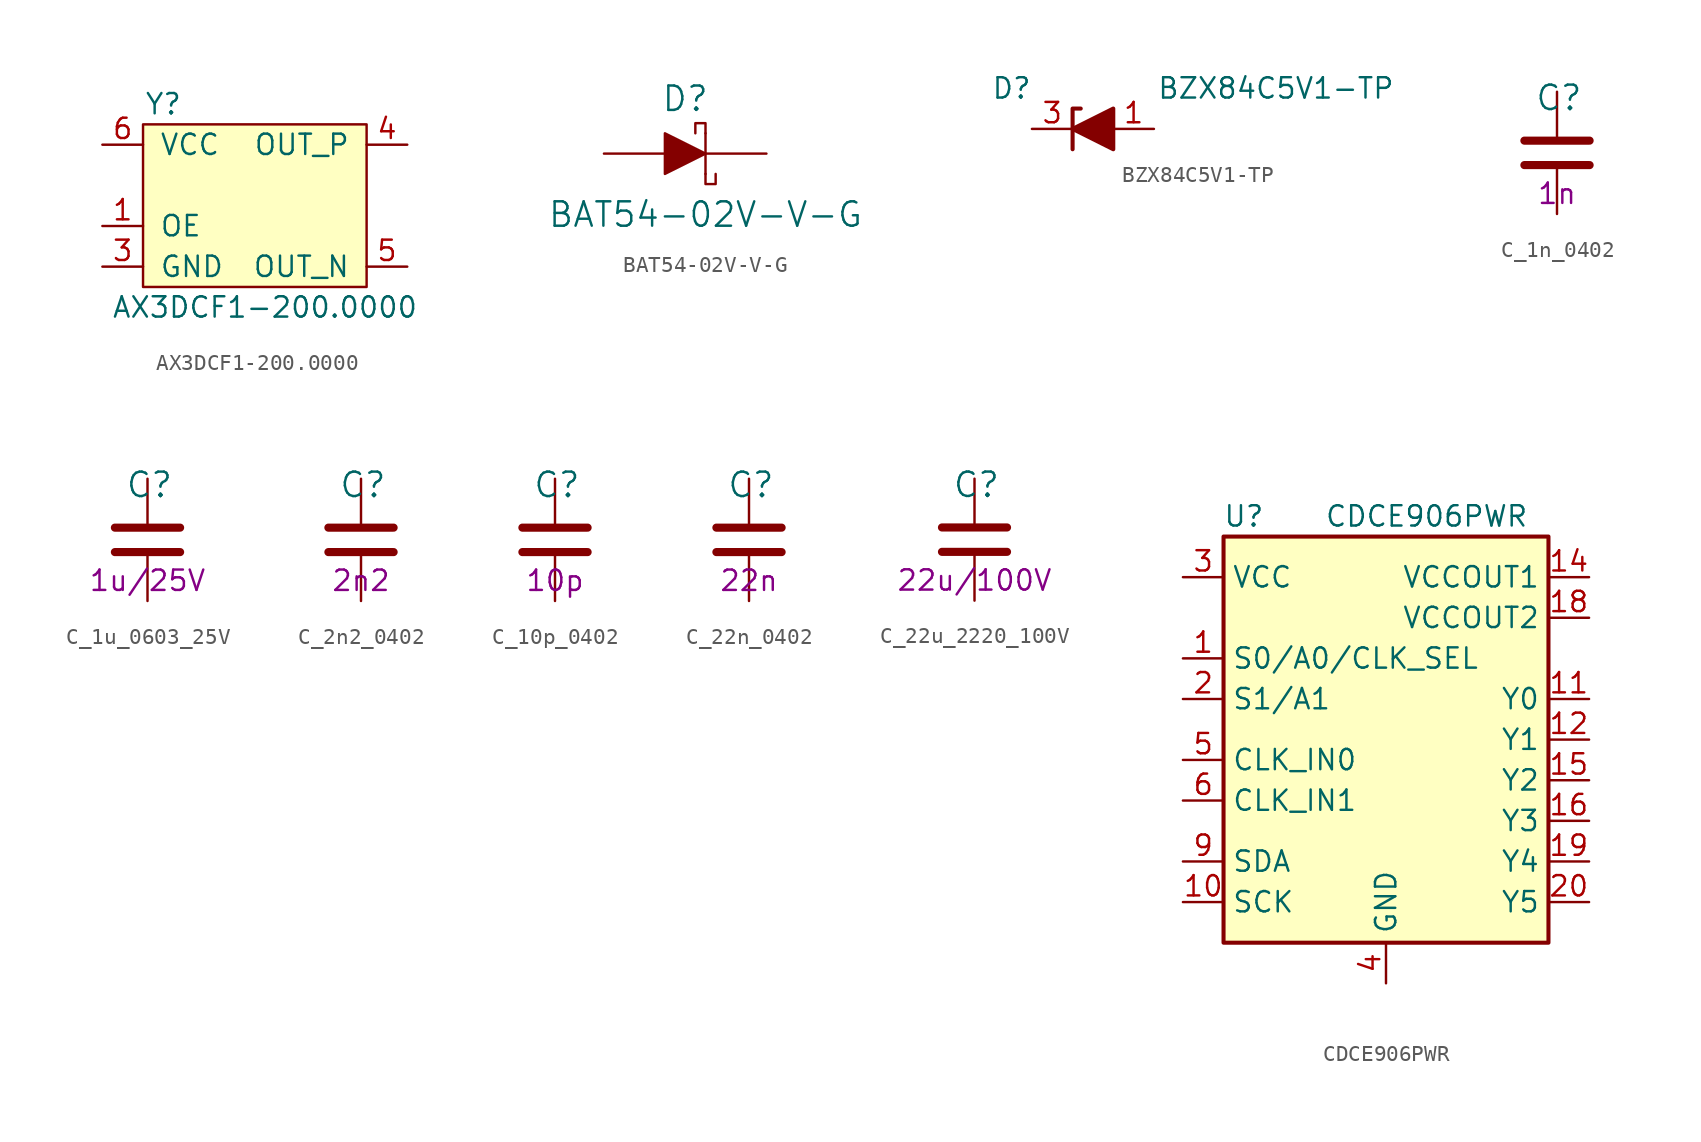
<source format=kicad_sym>
(kicad_symbol_lib
  (version 20211014)
  (generator kicad_symbol_editor)
  (symbol "AX3DCF1-200.0000"
    (pin_names
      (offset 1.016))
    (property "Reference" "Y"
      (at -5.08 6.35 0)
      (effects (font (size 1.27 1.27))))
    (property "Value" "AX3DCF1-200.0000"
      (at 1.27 -6.35 0)
      (effects (font (size 1.27 1.27))))
    (symbol "AX3DCF1-200.0000_0_1"
      (rectangle (start -6.35 5.08) (end 7.62 -5.08) (stroke (width 0) (type default) (color 0 0 0 0)) (fill (type background))))
    (symbol "AX3DCF1-200.0000_1_1"
      (pin input line (at -8.89 -1.27 0) (length 2.54) (name "OE" (effects (font (size 1.27 1.27)))) (number "1" (effects (font (size 1.27 1.27)))))
      (pin passive line (at 7.62 0 180) (length 2.54) hide (name "NC" (effects (font (size 1.27 1.27)))) (number "2" (effects (font (size 1.27 1.27)))))
      (pin power_in line (at -8.89 -3.81 0) (length 2.54) (name "GND" (effects (font (size 1.27 1.27)))) (number "3" (effects (font (size 1.27 1.27)))))
      (pin output line (at 10.16 3.81 180) (length 2.54) (name "OUT_P" (effects (font (size 1.27 1.27)))) (number "4" (effects (font (size 1.27 1.27)))))
      (pin output line (at 10.16 -3.81 180) (length 2.54) (name "OUT_N" (effects (font (size 1.27 1.27)))) (number "5" (effects (font (size 1.27 1.27)))))
      (pin power_in line (at -8.89 3.81 0) (length 2.54) (name "VCC" (effects (font (size 1.27 1.27)))) (number "6" (effects (font (size 1.27 1.27)))))))
  (symbol "BAT54-02V-V-G"
    (pin_names
      (offset 0))
    (property "Reference" "D"
      (at 0 2.54 0)
      (effects (font (size 1.524 1.524)) (justify bottom)))
    (property "Value" "BAT54-02V-V-G"
      (at 1.27 -3.81 0)
      (effects (font (size 1.524 1.524))))
    (symbol "BAT54-02V-V-G_0_1"
      (polyline (pts (xy 1.27 1.27) (xy 1.27 -1.27)) (stroke (width 0) (type default) (color 0 0 0 0)) (fill (type none)))
      (polyline (pts (xy -1.27 1.27) (xy -1.27 -1.27) (xy 1.27 0) (xy -1.27 1.27)) (stroke (width 0) (type default) (color 0 0 0 0)) (fill (type outline)))
      (polyline (pts (xy 1.27 -1.27) (xy 1.27 -1.905) (xy 1.905 -1.905) (xy 1.905 -1.27)) (stroke (width 0) (type default) (color 0 0 0 0)) (fill (type none)))
      (polyline (pts (xy 1.27 1.27) (xy 1.27 1.905) (xy 0.635 1.905) (xy 0.635 1.27)) (stroke (width 0) (type default) (color 0 0 0 0)) (fill (type none))))
    (symbol "BAT54-02V-V-G_1_1"
      (pin passive line (at 5.08 0 180) (length 3.81) (name "" (effects (font (size 1.27 1.27)))) (number "1" (effects (font (size 0 0)))))
      (pin passive line (at -5.08 0 0) (length 3.81) (name "~" (effects (font (size 1.27 1.27)))) (number "2" (effects (font (size 0 0)))))))
  (symbol "BZX84C5V1-TP"
    (pin_names
      (offset 1.016))
    (property "Reference" "D"
      (at -5.08 2.54 0)
      (effects (font (size 1.27 1.27))))
    (property "Value" "BZX84C5V1-TP"
      (at 11.43 2.54 0)
      (effects (font (size 1.27 1.27))))
    (symbol "BZX84C5V1-TP_1_1"
      (polyline (pts (xy 1.27 0) (xy -1.27 0)) (stroke (width 0) (type default) (color 0 0 0 0)) (fill (type none)))
      (polyline (pts (xy -1.27 -1.27) (xy -1.27 1.27) (xy -0.762 1.27)) (stroke (width 0.254) (type default) (color 0 0 0 0)) (fill (type none)))
      (polyline (pts (xy 1.27 -1.27) (xy 1.27 1.27) (xy -1.27 0) (xy 1.27 -1.27)) (stroke (width 0.254) (type default) (color 0 0 0 0)) (fill (type outline)))
      (pin passive line (at 3.81 0 180) (length 2.54) (name "~" (effects (font (size 1.27 1.27)))) (number "1" (effects (font (size 1.27 1.27)))))
      (pin no_connect line (at -1.27 0 180) (length 2.54) hide (name "NC" (effects (font (size 1.27 1.27)))) (number "2" (effects (font (size 1.27 1.27)))))
      (pin passive line (at -3.81 0 0) (length 2.54) (name "~" (effects (font (size 1.27 1.27)))) (number "3" (effects (font (size 1.27 1.27)))))))
  (symbol "C_1n_0402"
    (pin_names
      (offset 0))
    (property "Reference" "C"
      (at -1.397 3.429 0)
      (effects (font (size 1.524 1.524)) (justify left)))
    (property "Val" "1n"
      (at 0 -2.54 0)
      (effects (font (size 1.27 1.27))))
    (symbol "C_1n_0402_1_1"
      (polyline (pts (xy -2.032 -0.762) (xy 2.032 -0.762)) (stroke (width 0.508) (type default) (color 0 0 0 0)) (fill (type none)))
      (polyline (pts (xy -2.032 0.762) (xy 2.032 0.762)) (stroke (width 0.508) (type default) (color 0 0 0 0)) (fill (type none)))
      (pin passive line (at 0 3.81 270) (length 2.794) (name "~" (effects (font (size 0 0)))) (number "1" (effects (font (size 0 0)))))
      (pin passive line (at 0 -3.81 90) (length 2.794) (name "~" (effects (font (size 0 0)))) (number "2" (effects (font (size 0 0)))))))
  (symbol "C_1u_0603_25V"
    (pin_names
      (offset 0))
    (property "Reference" "C"
      (at -1.397 3.429 0)
      (effects (font (size 1.524 1.524)) (justify left)))
    (property "Val" "1u/25V"
      (at 0 -2.54 0)
      (effects (font (size 1.27 1.27))))
    (symbol "C_1u_0603_25V_1_1"
      (polyline (pts (xy -2.032 -0.762) (xy 2.032 -0.762)) (stroke (width 0.508) (type default) (color 0 0 0 0)) (fill (type none)))
      (polyline (pts (xy -2.032 0.762) (xy 2.032 0.762)) (stroke (width 0.508) (type default) (color 0 0 0 0)) (fill (type none)))
      (pin passive line (at 0 3.81 270) (length 2.794) (name "~" (effects (font (size 0 0)))) (number "1" (effects (font (size 0 0)))))
      (pin passive line (at 0 -3.81 90) (length 2.794) (name "~" (effects (font (size 0 0)))) (number "2" (effects (font (size 0 0)))))))
  (symbol "C_2n2_0402"
    (pin_names
      (offset 0))
    (property "Reference" "C"
      (at -1.397 3.429 0)
      (effects (font (size 1.524 1.524)) (justify left)))
    (property "Val" "2n2"
      (at 0 -2.54 0)
      (effects (font (size 1.27 1.27))))
    (symbol "C_2n2_0402_1_1"
      (polyline (pts (xy -2.032 -0.762) (xy 2.032 -0.762)) (stroke (width 0.508) (type default) (color 0 0 0 0)) (fill (type none)))
      (polyline (pts (xy -2.032 0.762) (xy 2.032 0.762)) (stroke (width 0.508) (type default) (color 0 0 0 0)) (fill (type none)))
      (pin passive line (at 0 3.81 270) (length 2.794) (name "~" (effects (font (size 0 0)))) (number "1" (effects (font (size 0 0)))))
      (pin passive line (at 0 -3.81 90) (length 2.794) (name "~" (effects (font (size 0 0)))) (number "2" (effects (font (size 0 0)))))))
  (symbol "C_10p_0402"
    (pin_names
      (offset 0))
    (property "Reference" "C"
      (at -1.397 3.429 0)
      (effects (font (size 1.524 1.524)) (justify left)))
    (property "Val" "10p"
      (at 0 -2.54 0)
      (effects (font (size 1.27 1.27))))
    (symbol "C_10p_0402_1_1"
      (polyline (pts (xy -2.032 -0.762) (xy 2.032 -0.762)) (stroke (width 0.508) (type default) (color 0 0 0 0)) (fill (type none)))
      (polyline (pts (xy -2.032 0.762) (xy 2.032 0.762)) (stroke (width 0.508) (type default) (color 0 0 0 0)) (fill (type none)))
      (pin passive line (at 0 3.81 270) (length 2.794) (name "~" (effects (font (size 0 0)))) (number "1" (effects (font (size 0 0)))))
      (pin passive line (at 0 -3.81 90) (length 2.794) (name "~" (effects (font (size 0 0)))) (number "2" (effects (font (size 0 0)))))))
  (symbol "C_22n_0402"
    (pin_names
      (offset 0))
    (property "Reference" "C"
      (at -1.397 3.429 0)
      (effects (font (size 1.524 1.524)) (justify left)))
    (property "Val" "22n"
      (at 0 -2.54 0)
      (effects (font (size 1.27 1.27))))
    (symbol "C_22n_0402_1_1"
      (polyline (pts (xy -2.032 -0.762) (xy 2.032 -0.762)) (stroke (width 0.508) (type default) (color 0 0 0 0)) (fill (type none)))
      (polyline (pts (xy -2.032 0.762) (xy 2.032 0.762)) (stroke (width 0.508) (type default) (color 0 0 0 0)) (fill (type none)))
      (pin passive line (at 0 3.81 270) (length 2.794) (name "~" (effects (font (size 0 0)))) (number "1" (effects (font (size 0 0)))))
      (pin passive line (at 0 -3.81 90) (length 2.794) (name "~" (effects (font (size 0 0)))) (number "2" (effects (font (size 0 0)))))))
  (symbol "C_22u_2220_100V"
    (pin_names
      (offset 0))
    (property "Reference" "C"
      (at -1.397 3.429 0)
      (effects (font (size 1.524 1.524)) (justify left)))
    (property "Val" "22u/100V"
      (at 0 -2.54 0)
      (effects (font (size 1.27 1.27))))
    (symbol "C_22u_2220_100V_1_1"
      (polyline (pts (xy -2.032 -0.762) (xy 2.032 -0.762)) (stroke (width 0.508) (type default) (color 0 0 0 0)) (fill (type none)))
      (polyline (pts (xy -2.032 0.762) (xy 2.032 0.762)) (stroke (width 0.508) (type default) (color 0 0 0 0)) (fill (type none)))
      (pin passive line (at 0 3.81 270) (length 2.794) (name "~" (effects (font (size 0 0)))) (number "1" (effects (font (size 0 0)))))
      (pin passive line (at 0 -3.81 90) (length 2.794) (name "~" (effects (font (size 0 0)))) (number "2" (effects (font (size 0 0)))))))
  (symbol "CDCE906PWR"
    (property "Reference" "U"
      (at -8.89 13.97 0)
      (effects (font (size 1.27 1.27))))
    (property "Value" "CDCE906PWR"
      (at 2.54 13.97 0)
      (effects (font (size 1.27 1.27))))
    (symbol "CDCE906PWR_0_1"
      (rectangle (start -10.16 12.7) (end 10.16 -12.7) (stroke (width 0.254) (type default) (color 0 0 0 0)) (fill (type background))))
    (symbol "CDCE906PWR_1_1"
      (pin input line (at -12.7 5.08 0) (length 2.54) (name "S0/A0/CLK_SEL" (effects (font (size 1.27 1.27)))) (number "1" (effects (font (size 1.27 1.27)))))
      (pin bidirectional line (at -12.7 -10.16 0) (length 2.54) (name "SCK" (effects (font (size 1.27 1.27)))) (number "10" (effects (font (size 1.27 1.27)))))
      (pin tri_state line (at 12.7 2.54 180) (length 2.54) (name "Y0" (effects (font (size 1.27 1.27)))) (number "11" (effects (font (size 1.27 1.27)))))
      (pin tri_state line (at 12.7 0 180) (length 2.54) (name "Y1" (effects (font (size 1.27 1.27)))) (number "12" (effects (font (size 1.27 1.27)))))
      (pin passive line (at 0 -15.24 90) (length 2.54) hide (name "GND" (effects (font (size 1.27 1.27)))) (number "13" (effects (font (size 1.27 1.27)))))
      (pin power_in line (at 12.7 10.16 180) (length 2.54) (name "VCCOUT1" (effects (font (size 1.27 1.27)))) (number "14" (effects (font (size 1.27 1.27)))))
      (pin tri_state line (at 12.7 -2.54 180) (length 2.54) (name "Y2" (effects (font (size 1.27 1.27)))) (number "15" (effects (font (size 1.27 1.27)))))
      (pin tri_state line (at 12.7 -5.08 180) (length 2.54) (name "Y3" (effects (font (size 1.27 1.27)))) (number "16" (effects (font (size 1.27 1.27)))))
      (pin passive line (at 0 -15.24 90) (length 2.54) hide (name "GND" (effects (font (size 1.27 1.27)))) (number "17" (effects (font (size 1.27 1.27)))))
      (pin power_in line (at 12.7 7.62 180) (length 2.54) (name "VCCOUT2" (effects (font (size 1.27 1.27)))) (number "18" (effects (font (size 1.27 1.27)))))
      (pin tri_state line (at 12.7 -7.62 180) (length 2.54) (name "Y4" (effects (font (size 1.27 1.27)))) (number "19" (effects (font (size 1.27 1.27)))))
      (pin input line (at -12.7 2.54 0) (length 2.54) (name "S1/A1" (effects (font (size 1.27 1.27)))) (number "2" (effects (font (size 1.27 1.27)))))
      (pin tri_state line (at 12.7 -10.16 180) (length 2.54) (name "Y5" (effects (font (size 1.27 1.27)))) (number "20" (effects (font (size 1.27 1.27)))))
      (pin power_in line (at -12.7 10.16 0) (length 2.54) (name "VCC" (effects (font (size 1.27 1.27)))) (number "3" (effects (font (size 1.27 1.27)))))
      (pin passive line (at 0 -15.24 90) (length 2.54) (name "GND" (effects (font (size 1.27 1.27)))) (number "4" (effects (font (size 1.27 1.27)))))
      (pin input line (at -12.7 -1.27 0) (length 2.54) (name "CLK_IN0" (effects (font (size 1.27 1.27)))) (number "5" (effects (font (size 1.27 1.27)))))
      (pin input line (at -12.7 -3.81 0) (length 2.54) (name "CLK_IN1" (effects (font (size 1.27 1.27)))) (number "6" (effects (font (size 1.27 1.27)))))
      (pin passive line (at -12.7 10.16 0) (length 2.54) hide (name "VCC" (effects (font (size 1.27 1.27)))) (number "7" (effects (font (size 1.27 1.27)))))
      (pin passive line (at 0 -15.24 90) (length 2.54) hide (name "GND" (effects (font (size 1.27 1.27)))) (number "8" (effects (font (size 1.27 1.27)))))
      (pin bidirectional line (at -12.7 -7.62 0) (length 2.54) (name "SDA" (effects (font (size 1.27 1.27)))) (number "9" (effects (font (size 1.27 1.27))))))))
</source>
